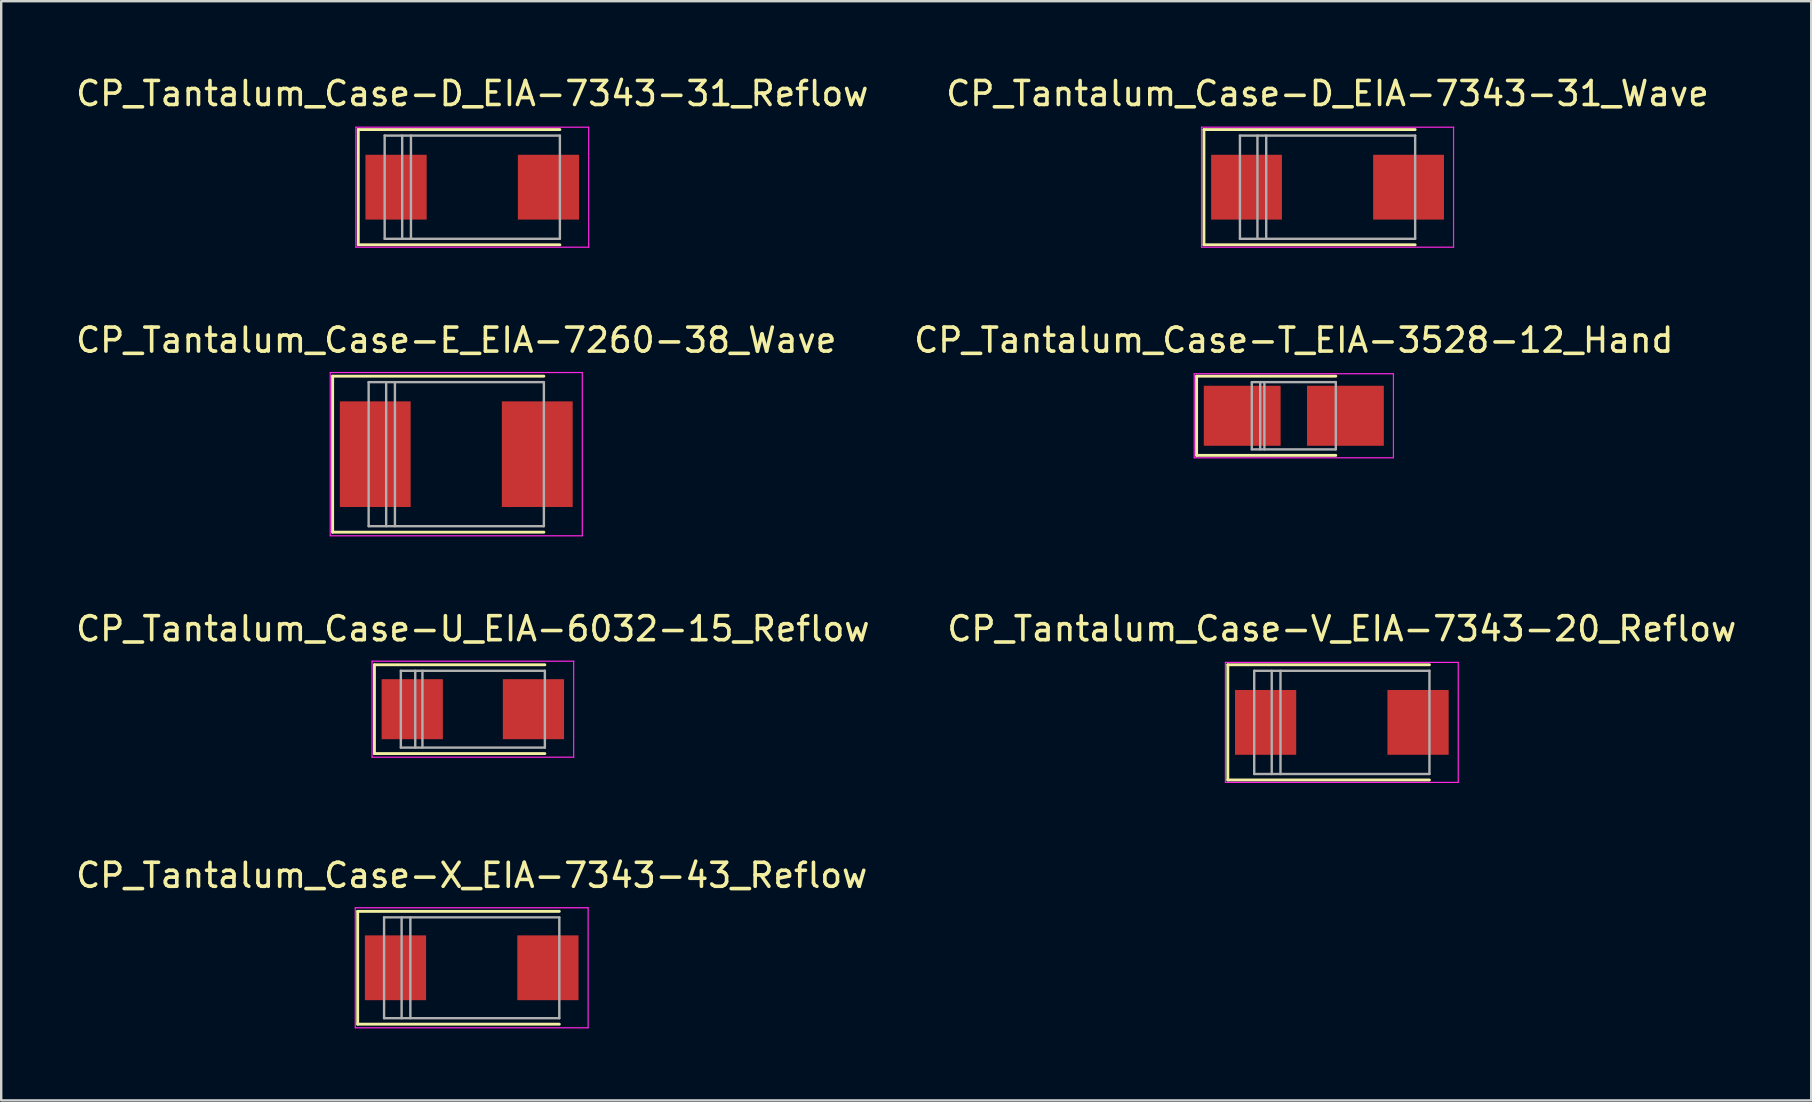
<source format=kicad_pcb>
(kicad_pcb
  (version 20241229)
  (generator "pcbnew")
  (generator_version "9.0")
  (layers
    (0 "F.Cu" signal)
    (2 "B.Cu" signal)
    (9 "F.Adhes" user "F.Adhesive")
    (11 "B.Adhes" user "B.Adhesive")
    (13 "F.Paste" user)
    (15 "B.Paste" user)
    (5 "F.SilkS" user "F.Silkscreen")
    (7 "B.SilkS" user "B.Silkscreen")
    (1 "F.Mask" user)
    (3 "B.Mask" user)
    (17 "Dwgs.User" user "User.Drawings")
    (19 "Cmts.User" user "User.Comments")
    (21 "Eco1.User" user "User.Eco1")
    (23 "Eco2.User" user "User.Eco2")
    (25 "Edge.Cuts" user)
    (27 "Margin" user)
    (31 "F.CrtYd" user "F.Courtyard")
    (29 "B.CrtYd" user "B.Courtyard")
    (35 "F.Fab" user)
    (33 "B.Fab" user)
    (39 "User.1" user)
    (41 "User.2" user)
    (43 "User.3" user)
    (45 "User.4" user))
  (footprint "CP_Tantalum_Case-T_EIA-3528-12_Hand"
    (layer "F.Cu")
    (at 50.851 14.271)
    (property "Reference" "CP_Tantalum_Case-T_EIA-3528-12_Hand" (at 0 -3.15 0) (layer "F.SilkS") (effects (font (size 1 1) (thickness 0.15))))
    (attr smd)
    (fp_line (start -4.05 -1.65) (end -4.05 1.65) (stroke (width 0.12) (type solid)) (layer "F.SilkS"))
    (fp_line (start -4.05 -1.65) (end 1.75 -1.65) (stroke (width 0.12) (type solid)) (layer "F.SilkS"))
    (fp_line (start -4.05 1.65) (end 1.75 1.65) (stroke (width 0.12) (type solid)) (layer "F.SilkS"))
    (fp_line (start -4.15 -1.75) (end -4.15 1.75) (stroke (width 0.05) (type solid)) (layer "F.CrtYd"))
    (fp_line (start -4.15 1.75) (end 4.15 1.75) (stroke (width 0.05) (type solid)) (layer "F.CrtYd"))
    (fp_line (start 4.15 -1.75) (end -4.15 -1.75) (stroke (width 0.05) (type solid)) (layer "F.CrtYd"))
    (fp_line (start 4.15 1.75) (end 4.15 -1.75) (stroke (width 0.05) (type solid)) (layer "F.CrtYd"))
    (fp_line (start -1.75 -1.4) (end -1.75 1.4) (stroke (width 0.1) (type solid)) (layer "F.Fab"))
    (fp_line (start -1.75 1.4) (end 1.75 1.4) (stroke (width 0.1) (type solid)) (layer "F.Fab"))
    (fp_line (start -1.4 -1.4) (end -1.4 1.4) (stroke (width 0.1) (type solid)) (layer "F.Fab"))
    (fp_line (start -1.225 -1.4) (end -1.225 1.4) (stroke (width 0.1) (type solid)) (layer "F.Fab"))
    (fp_line (start 1.75 -1.4) (end -1.75 -1.4) (stroke (width 0.1) (type solid)) (layer "F.Fab"))
    (fp_line (start 1.75 1.4) (end 1.75 -1.4) (stroke (width 0.1) (type solid)) (layer "F.Fab"))
    (pad "1" smd rect (at -2.15 0) (size 3.2 2.5) (layers "F.Cu" "F.Mask" "F.Paste"))
    (pad "2" smd rect (at 2.15 0) (size 3.2 2.5) (layers "F.Cu" "F.Mask" "F.Paste")))
  (footprint "CP_Tantalum_Case-V_EIA-7343-20_Reflow"
    (layer "F.Cu")
    (at 52.851 27.045)
    (property "Reference" "CP_Tantalum_Case-V_EIA-7343-20_Reflow" (at 0 -3.9 0) (layer "F.SilkS") (effects (font (size 1 1) (thickness 0.15))))
    (attr smd)
    (fp_line (start -4.75 -2.4) (end -4.75 2.4) (stroke (width 0.12) (type solid)) (layer "F.SilkS"))
    (fp_line (start -4.75 -2.4) (end 3.65 -2.4) (stroke (width 0.12) (type solid)) (layer "F.SilkS"))
    (fp_line (start -4.75 2.4) (end 3.65 2.4) (stroke (width 0.12) (type solid)) (layer "F.SilkS"))
    (fp_line (start -4.85 -2.5) (end -4.85 2.5) (stroke (width 0.05) (type solid)) (layer "F.CrtYd"))
    (fp_line (start -4.85 2.5) (end 4.85 2.5) (stroke (width 0.05) (type solid)) (layer "F.CrtYd"))
    (fp_line (start 4.85 -2.5) (end -4.85 -2.5) (stroke (width 0.05) (type solid)) (layer "F.CrtYd"))
    (fp_line (start 4.85 2.5) (end 4.85 -2.5) (stroke (width 0.05) (type solid)) (layer "F.CrtYd"))
    (fp_line (start -3.65 -2.15) (end -3.65 2.15) (stroke (width 0.1) (type solid)) (layer "F.Fab"))
    (fp_line (start -3.65 2.15) (end 3.65 2.15) (stroke (width 0.1) (type solid)) (layer "F.Fab"))
    (fp_line (start -2.92 -2.15) (end -2.92 2.15) (stroke (width 0.1) (type solid)) (layer "F.Fab"))
    (fp_line (start -2.555 -2.15) (end -2.555 2.15) (stroke (width 0.1) (type solid)) (layer "F.Fab"))
    (fp_line (start 3.65 -2.15) (end -3.65 -2.15) (stroke (width 0.1) (type solid)) (layer "F.Fab"))
    (fp_line (start 3.65 2.15) (end 3.65 -2.15) (stroke (width 0.1) (type solid)) (layer "F.Fab"))
    (pad "1" smd rect (at -3.175 0) (size 2.55 2.7) (layers "F.Cu" "F.Mask" "F.Paste"))
    (pad "2" smd rect (at 3.175 0) (size 2.55 2.7) (layers "F.Cu" "F.Mask" "F.Paste")))
  (footprint "CP_Tantalum_Case-X_EIA-7343-43_Reflow"
    (layer "F.Cu")
    (at 16.601 37.268)
    (property "Reference" "CP_Tantalum_Case-X_EIA-7343-43_Reflow" (at 0 -3.85 0) (layer "F.SilkS") (effects (font (size 1 1) (thickness 0.15))))
    (attr smd)
    (fp_line (start -4.75 -2.35) (end -4.75 2.35) (stroke (width 0.12) (type solid)) (layer "F.SilkS"))
    (fp_line (start -4.75 -2.35) (end 3.65 -2.35) (stroke (width 0.12) (type solid)) (layer "F.SilkS"))
    (fp_line (start -4.75 2.35) (end 3.65 2.35) (stroke (width 0.12) (type solid)) (layer "F.SilkS"))
    (fp_line (start -4.85 -2.5) (end -4.85 2.5) (stroke (width 0.05) (type solid)) (layer "F.CrtYd"))
    (fp_line (start -4.85 2.5) (end 4.85 2.5) (stroke (width 0.05) (type solid)) (layer "F.CrtYd"))
    (fp_line (start 4.85 -2.5) (end -4.85 -2.5) (stroke (width 0.05) (type solid)) (layer "F.CrtYd"))
    (fp_line (start 4.85 2.5) (end 4.85 -2.5) (stroke (width 0.05) (type solid)) (layer "F.CrtYd"))
    (fp_line (start -3.65 -2.1) (end -3.65 2.1) (stroke (width 0.1) (type solid)) (layer "F.Fab"))
    (fp_line (start -3.65 2.1) (end 3.65 2.1) (stroke (width 0.1) (type solid)) (layer "F.Fab"))
    (fp_line (start -2.92 -2.1) (end -2.92 2.1) (stroke (width 0.1) (type solid)) (layer "F.Fab"))
    (fp_line (start -2.555 -2.1) (end -2.555 2.1) (stroke (width 0.1) (type solid)) (layer "F.Fab"))
    (fp_line (start 3.65 -2.1) (end -3.65 -2.1) (stroke (width 0.1) (type solid)) (layer "F.Fab"))
    (fp_line (start 3.65 2.1) (end 3.65 -2.1) (stroke (width 0.1) (type solid)) (layer "F.Fab"))
    (pad "1" smd rect (at -3.175 0) (size 2.55 2.7) (layers "F.Cu" "F.Mask" "F.Paste"))
    (pad "2" smd rect (at 3.175 0) (size 2.55 2.7) (layers "F.Cu" "F.Mask" "F.Paste")))
  (footprint "CP_Tantalum_Case-U_EIA-6032-15_Reflow"
    (layer "F.Cu")
    (at 16.649 26.495)
    (property "Reference" "CP_Tantalum_Case-U_EIA-6032-15_Reflow" (at 0 -3.35 0) (layer "F.SilkS") (effects (font (size 1 1) (thickness 0.15))))
    (attr smd)
    (fp_line (start -4.1 -1.85) (end -4.1 1.85) (stroke (width 0.12) (type solid)) (layer "F.SilkS"))
    (fp_line (start -4.1 -1.85) (end 3 -1.85) (stroke (width 0.12) (type solid)) (layer "F.SilkS"))
    (fp_line (start -4.1 1.85) (end 3 1.85) (stroke (width 0.12) (type solid)) (layer "F.SilkS"))
    (fp_line (start -4.2 -2) (end -4.2 2) (stroke (width 0.05) (type solid)) (layer "F.CrtYd"))
    (fp_line (start -4.2 2) (end 4.2 2) (stroke (width 0.05) (type solid)) (layer "F.CrtYd"))
    (fp_line (start 4.2 -2) (end -4.2 -2) (stroke (width 0.05) (type solid)) (layer "F.CrtYd"))
    (fp_line (start 4.2 2) (end 4.2 -2) (stroke (width 0.05) (type solid)) (layer "F.CrtYd"))
    (fp_line (start -3 -1.6) (end -3 1.6) (stroke (width 0.1) (type solid)) (layer "F.Fab"))
    (fp_line (start -3 1.6) (end 3 1.6) (stroke (width 0.1) (type solid)) (layer "F.Fab"))
    (fp_line (start -2.4 -1.6) (end -2.4 1.6) (stroke (width 0.1) (type solid)) (layer "F.Fab"))
    (fp_line (start -2.1 -1.6) (end -2.1 1.6) (stroke (width 0.1) (type solid)) (layer "F.Fab"))
    (fp_line (start 3 -1.6) (end -3 -1.6) (stroke (width 0.1) (type solid)) (layer "F.Fab"))
    (fp_line (start 3 1.6) (end 3 -1.6) (stroke (width 0.1) (type solid)) (layer "F.Fab"))
    (pad "1" smd rect (at -2.525 0) (size 2.55 2.5) (layers "F.Cu" "F.Mask" "F.Paste"))
    (pad "2" smd rect (at 2.525 0) (size 2.55 2.5) (layers "F.Cu" "F.Mask" "F.Paste")))
  (footprint "CP_Tantalum_Case-E_EIA-7260-38_Wave"
    (layer "F.Cu")
    (at 15.958 15.871)
    (property "Reference" "CP_Tantalum_Case-E_EIA-7260-38_Wave" (at 0 -4.75 0) (layer "F.SilkS") (effects (font (size 1 1) (thickness 0.15))))
    (attr smd)
    (fp_line (start -5.15 -3.25) (end -5.15 3.25) (stroke (width 0.12) (type solid)) (layer "F.SilkS"))
    (fp_line (start -5.15 -3.25) (end 3.65 -3.25) (stroke (width 0.12) (type solid)) (layer "F.SilkS"))
    (fp_line (start -5.15 3.25) (end 3.65 3.25) (stroke (width 0.12) (type solid)) (layer "F.SilkS"))
    (fp_line (start -5.25 -3.4) (end -5.25 3.4) (stroke (width 0.05) (type solid)) (layer "F.CrtYd"))
    (fp_line (start -5.25 3.4) (end 5.25 3.4) (stroke (width 0.05) (type solid)) (layer "F.CrtYd"))
    (fp_line (start 5.25 -3.4) (end -5.25 -3.4) (stroke (width 0.05) (type solid)) (layer "F.CrtYd"))
    (fp_line (start 5.25 3.4) (end 5.25 -3.4) (stroke (width 0.05) (type solid)) (layer "F.CrtYd"))
    (fp_line (start -3.65 -3) (end -3.65 3) (stroke (width 0.1) (type solid)) (layer "F.Fab"))
    (fp_line (start -3.65 3) (end 3.65 3) (stroke (width 0.1) (type solid)) (layer "F.Fab"))
    (fp_line (start -2.92 -3) (end -2.92 3) (stroke (width 0.1) (type solid)) (layer "F.Fab"))
    (fp_line (start -2.555 -3) (end -2.555 3) (stroke (width 0.1) (type solid)) (layer "F.Fab"))
    (fp_line (start 3.65 -3) (end -3.65 -3) (stroke (width 0.1) (type solid)) (layer "F.Fab"))
    (fp_line (start 3.65 3) (end 3.65 -3) (stroke (width 0.1) (type solid)) (layer "F.Fab"))
    (pad "1" smd rect (at -3.375 0) (size 2.95 4.4) (layers "F.Cu" "F.Mask" "F.Paste"))
    (pad "2" smd rect (at 3.375 0) (size 2.95 4.4) (layers "F.Cu" "F.Mask" "F.Paste")))
  (footprint "CP_Tantalum_Case-D_EIA-7343-31_Wave"
    (layer "F.Cu")
    (at 52.256 4.748)
    (property "Reference" "CP_Tantalum_Case-D_EIA-7343-31_Wave" (at 0 -3.9 0) (layer "F.SilkS") (effects (font (size 1 1) (thickness 0.15))))
    (attr smd)
    (fp_line (start -5.15 -2.4) (end -5.15 2.4) (stroke (width 0.12) (type solid)) (layer "F.SilkS"))
    (fp_line (start -5.15 -2.4) (end 3.65 -2.4) (stroke (width 0.12) (type solid)) (layer "F.SilkS"))
    (fp_line (start -5.15 2.4) (end 3.65 2.4) (stroke (width 0.12) (type solid)) (layer "F.SilkS"))
    (fp_line (start -5.25 -2.5) (end -5.25 2.5) (stroke (width 0.05) (type solid)) (layer "F.CrtYd"))
    (fp_line (start -5.25 2.5) (end 5.25 2.5) (stroke (width 0.05) (type solid)) (layer "F.CrtYd"))
    (fp_line (start 5.25 -2.5) (end -5.25 -2.5) (stroke (width 0.05) (type solid)) (layer "F.CrtYd"))
    (fp_line (start 5.25 2.5) (end 5.25 -2.5) (stroke (width 0.05) (type solid)) (layer "F.CrtYd"))
    (fp_line (start -3.65 -2.15) (end -3.65 2.15) (stroke (width 0.1) (type solid)) (layer "F.Fab"))
    (fp_line (start -3.65 2.15) (end 3.65 2.15) (stroke (width 0.1) (type solid)) (layer "F.Fab"))
    (fp_line (start -2.92 -2.15) (end -2.92 2.15) (stroke (width 0.1) (type solid)) (layer "F.Fab"))
    (fp_line (start -2.555 -2.15) (end -2.555 2.15) (stroke (width 0.1) (type solid)) (layer "F.Fab"))
    (fp_line (start 3.65 -2.15) (end -3.65 -2.15) (stroke (width 0.1) (type solid)) (layer "F.Fab"))
    (fp_line (start 3.65 2.15) (end 3.65 -2.15) (stroke (width 0.1) (type solid)) (layer "F.Fab"))
    (pad "1" smd rect (at -3.375 0) (size 2.95 2.7) (layers "F.Cu" "F.Mask" "F.Paste"))
    (pad "2" smd rect (at 3.375 0) (size 2.95 2.7) (layers "F.Cu" "F.Mask" "F.Paste")))
  (footprint "CP_Tantalum_Case-D_EIA-7343-31_Reflow"
    (layer "F.Cu")
    (at 16.625 4.748)
    (property "Reference" "CP_Tantalum_Case-D_EIA-7343-31_Reflow" (at 0 -3.9 0) (layer "F.SilkS") (effects (font (size 1 1) (thickness 0.15))))
    (attr smd)
    (fp_line (start -4.75 -2.4) (end -4.75 2.4) (stroke (width 0.12) (type solid)) (layer "F.SilkS"))
    (fp_line (start -4.75 -2.4) (end 3.65 -2.4) (stroke (width 0.12) (type solid)) (layer "F.SilkS"))
    (fp_line (start -4.75 2.4) (end 3.65 2.4) (stroke (width 0.12) (type solid)) (layer "F.SilkS"))
    (fp_line (start -4.85 -2.5) (end -4.85 2.5) (stroke (width 0.05) (type solid)) (layer "F.CrtYd"))
    (fp_line (start -4.85 2.5) (end 4.85 2.5) (stroke (width 0.05) (type solid)) (layer "F.CrtYd"))
    (fp_line (start 4.85 -2.5) (end -4.85 -2.5) (stroke (width 0.05) (type solid)) (layer "F.CrtYd"))
    (fp_line (start 4.85 2.5) (end 4.85 -2.5) (stroke (width 0.05) (type solid)) (layer "F.CrtYd"))
    (fp_line (start -3.65 -2.15) (end -3.65 2.15) (stroke (width 0.1) (type solid)) (layer "F.Fab"))
    (fp_line (start -3.65 2.15) (end 3.65 2.15) (stroke (width 0.1) (type solid)) (layer "F.Fab"))
    (fp_line (start -2.92 -2.15) (end -2.92 2.15) (stroke (width 0.1) (type solid)) (layer "F.Fab"))
    (fp_line (start -2.555 -2.15) (end -2.555 2.15) (stroke (width 0.1) (type solid)) (layer "F.Fab"))
    (fp_line (start 3.65 -2.15) (end -3.65 -2.15) (stroke (width 0.1) (type solid)) (layer "F.Fab"))
    (fp_line (start 3.65 2.15) (end 3.65 -2.15) (stroke (width 0.1) (type solid)) (layer "F.Fab"))
    (pad "1" smd rect (at -3.175 0) (size 2.55 2.7) (layers "F.Cu" "F.Mask" "F.Paste"))
    (pad "2" smd rect (at 3.175 0) (size 2.55 2.7) (layers "F.Cu" "F.Mask" "F.Paste")))
  (gr_rect
    (start -3 -3)
    (end 72.405 42.793)
    (stroke (width 0.1) (type default))
    (fill no)
    (layer "Edge.Cuts")))
</source>
